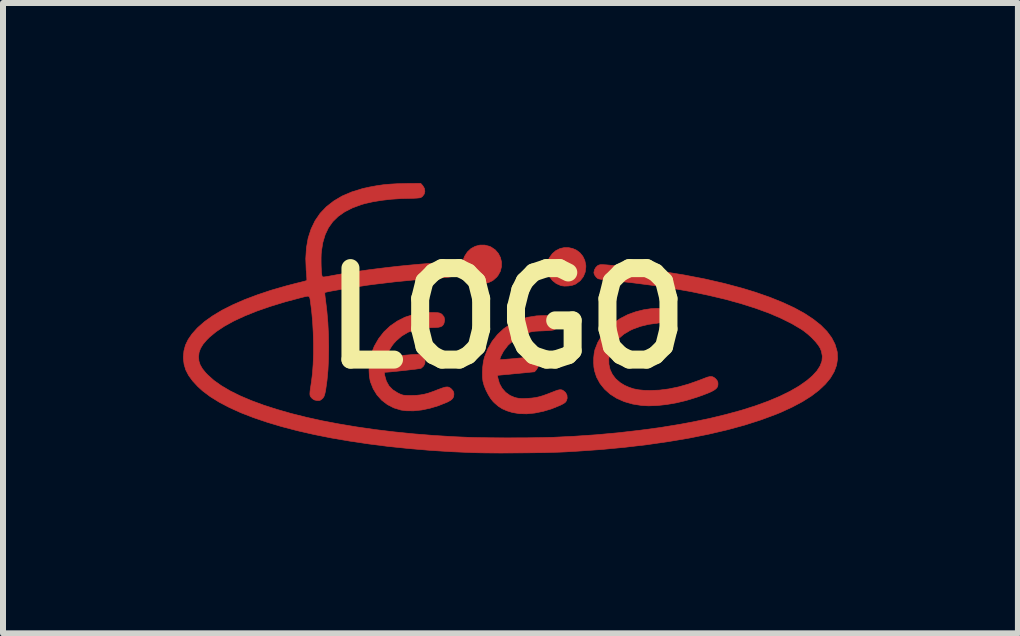
<source format=kicad_pcb>
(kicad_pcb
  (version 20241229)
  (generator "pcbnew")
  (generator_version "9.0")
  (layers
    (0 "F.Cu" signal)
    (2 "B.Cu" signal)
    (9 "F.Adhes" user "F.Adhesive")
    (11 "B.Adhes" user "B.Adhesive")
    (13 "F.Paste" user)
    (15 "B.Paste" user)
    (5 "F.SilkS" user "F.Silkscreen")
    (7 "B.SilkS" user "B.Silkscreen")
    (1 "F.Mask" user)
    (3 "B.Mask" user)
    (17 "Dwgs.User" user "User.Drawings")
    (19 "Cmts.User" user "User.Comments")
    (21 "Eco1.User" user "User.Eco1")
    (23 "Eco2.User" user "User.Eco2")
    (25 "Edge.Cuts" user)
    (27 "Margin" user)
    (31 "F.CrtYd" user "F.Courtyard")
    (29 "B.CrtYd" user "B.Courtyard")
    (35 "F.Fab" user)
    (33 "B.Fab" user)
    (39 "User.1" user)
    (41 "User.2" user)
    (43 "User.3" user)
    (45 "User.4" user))
  (footprint "LOGO"
    (layer "F.Cu")
    (at 5.401 2.251)
    (property "Reference" "LOGO" (at 0 0 0) (layer "F.SilkS") (effects (font (size 1.524 1.524) (thickness 0.3))))
    (attr through_hole)
    (fp_poly (pts (xy -0.295 -1.197) (xy -0.269 -1.185) (xy -0.201 -1.139) (xy -0.149 -1.079) (xy -0.114 -1.01) (xy -0.096 -0.935) (xy -0.097 -0.857) (xy -0.116 -0.781) (xy -0.155 -0.711) (xy -0.177 -0.684) (xy -0.242 -0.627) (xy -0.315 -0.592) (xy -0.397 -0.578) (xy -0.416 -0.578) (xy -0.463 -0.581) (xy -0.508 -0.587) (xy -0.534 -0.594) (xy -0.606 -0.631) (xy -0.664 -0.684) (xy -0.707 -0.749) (xy -0.734 -0.823) (xy -0.742 -0.901) (xy -0.731 -0.979) (xy -0.711 -1.032) (xy -0.664 -1.104) (xy -0.604 -1.16) (xy -0.533 -1.198) (xy -0.456 -1.218) (xy -0.375 -1.218) (xy -0.295 -1.197)) (stroke (width 0.01) (type solid)) (fill yes) (layer "F.Cu"))
    (fp_poly (pts (xy 1.09 -1.161) (xy 1.155 -1.132) (xy 1.212 -1.088) (xy 1.258 -1.032) (xy 1.291 -0.964) (xy 1.308 -0.884) (xy 1.309 -0.854) (xy 1.298 -0.768) (xy 1.267 -0.692) (xy 1.216 -0.626) (xy 1.147 -0.574) (xy 1.131 -0.565) (xy 1.079 -0.547) (xy 1.016 -0.537) (xy 0.951 -0.535) (xy 0.895 -0.542) (xy 0.891 -0.544) (xy 0.815 -0.578) (xy 0.752 -0.628) (xy 0.705 -0.691) (xy 0.674 -0.762) (xy 0.661 -0.839) (xy 0.668 -0.918) (xy 0.695 -0.995) (xy 0.702 -1.008) (xy 0.751 -1.076) (xy 0.811 -1.127) (xy 0.878 -1.16) (xy 0.948 -1.176) (xy 1.02 -1.176) (xy 1.09 -1.161)) (stroke (width 0.01) (type solid)) (fill yes) (layer "F.Cu"))
    (fp_poly (pts (xy 2.523 -0.163) (xy 2.555 -0.16) (xy 2.576 -0.152) (xy 2.588 -0.143) (xy 2.621 -0.099) (xy 2.635 -0.048) (xy 2.631 -0.013) (xy 2.616 0.028) (xy 2.59 0.056) (xy 2.549 0.074) (xy 2.49 0.085) (xy 2.474 0.086) (xy 2.346 0.104) (xy 2.218 0.136) (xy 2.097 0.18) (xy 2.045 0.204) (xy 1.943 0.265) (xy 1.859 0.336) (xy 1.791 0.415) (xy 1.74 0.499) (xy 1.707 0.588) (xy 1.691 0.678) (xy 1.693 0.767) (xy 1.712 0.854) (xy 1.75 0.935) (xy 1.806 1.009) (xy 1.881 1.074) (xy 1.953 1.118) (xy 2.03 1.152) (xy 2.106 1.177) (xy 2.188 1.193) (xy 2.281 1.202) (xy 2.384 1.204) (xy 2.537 1.198) (xy 2.692 1.178) (xy 2.852 1.145) (xy 3.021 1.097) (xy 3.201 1.033) (xy 3.271 1.006) (xy 3.331 0.983) (xy 3.377 0.972) (xy 3.412 0.973) (xy 3.441 0.985) (xy 3.47 1.008) (xy 3.471 1.009) (xy 3.496 1.039) (xy 3.508 1.068) (xy 3.51 1.097) (xy 3.507 1.125) (xy 3.497 1.151) (xy 3.477 1.175) (xy 3.446 1.198) (xy 3.401 1.223) (xy 3.341 1.249) (xy 3.263 1.279) (xy 3.165 1.314) (xy 3.14 1.322) (xy 2.98 1.371) (xy 2.817 1.41) (xy 2.655 1.438) (xy 2.499 1.455) (xy 2.353 1.46) (xy 2.24 1.454) (xy 2.088 1.43) (xy 1.949 1.39) (xy 1.824 1.335) (xy 1.714 1.265) (xy 1.621 1.182) (xy 1.545 1.087) (xy 1.487 0.98) (xy 1.454 0.877) (xy 1.443 0.814) (xy 1.439 0.738) (xy 1.44 0.659) (xy 1.448 0.584) (xy 1.46 0.525) (xy 1.508 0.403) (xy 1.576 0.288) (xy 1.663 0.181) (xy 1.765 0.086) (xy 1.882 0.005) (xy 2.009 -0.06) (xy 2.021 -0.065) (xy 2.143 -0.108) (xy 2.271 -0.14) (xy 2.397 -0.159) (xy 2.475 -0.163) (xy 2.523 -0.163)) (stroke (width 0.01) (type solid)) (fill yes) (layer "F.Cu"))
    (fp_poly (pts (xy 0.775 -0.04) (xy 0.809 -0.003) (xy 0.834 0.04) (xy 0.842 0.087) (xy 0.834 0.133) (xy 0.811 0.172) (xy 0.783 0.193) (xy 0.762 0.198) (xy 0.722 0.203) (xy 0.67 0.207) (xy 0.608 0.21) (xy 0.589 0.211) (xy 0.517 0.214) (xy 0.463 0.217) (xy 0.419 0.223) (xy 0.381 0.231) (xy 0.342 0.243) (xy 0.334 0.246) (xy 0.211 0.298) (xy 0.104 0.367) (xy 0.012 0.451) (xy -0.062 0.548) (xy -0.106 0.631) (xy -0.118 0.662) (xy -0.123 0.684) (xy -0.123 0.689) (xy -0.11 0.69) (xy -0.078 0.688) (xy -0.029 0.685) (xy 0.033 0.68) (xy 0.105 0.674) (xy 0.149 0.669) (xy 0.243 0.661) (xy 0.316 0.655) (xy 0.372 0.652) (xy 0.414 0.653) (xy 0.444 0.657) (xy 0.466 0.665) (xy 0.482 0.678) (xy 0.495 0.695) (xy 0.5 0.704) (xy 0.518 0.755) (xy 0.515 0.806) (xy 0.49 0.852) (xy 0.487 0.856) (xy 0.454 0.893) (xy -0.164 0.952) (xy -0.156 0.998) (xy -0.131 1.087) (xy -0.087 1.167) (xy -0.027 1.235) (xy 0.047 1.288) (xy 0.118 1.318) (xy 0.158 1.329) (xy 0.194 1.335) (xy 0.234 1.338) (xy 0.284 1.338) (xy 0.333 1.336) (xy 0.404 1.331) (xy 0.467 1.323) (xy 0.528 1.31) (xy 0.593 1.291) (xy 0.668 1.264) (xy 0.738 1.237) (xy 0.799 1.213) (xy 0.842 1.198) (xy 0.874 1.192) (xy 0.897 1.192) (xy 0.918 1.198) (xy 0.927 1.202) (xy 0.97 1.237) (xy 0.994 1.282) (xy 0.998 1.332) (xy 0.988 1.368) (xy 0.977 1.389) (xy 0.96 1.407) (xy 0.933 1.425) (xy 0.892 1.446) (xy 0.875 1.454) (xy 0.737 1.51) (xy 0.596 1.552) (xy 0.458 1.58) (xy 0.325 1.593) (xy 0.2 1.59) (xy 0.088 1.571) (xy 0.086 1.571) (xy -0.005 1.543) (xy -0.079 1.511) (xy -0.145 1.47) (xy -0.208 1.416) (xy -0.235 1.39) (xy -0.276 1.339) (xy -0.317 1.273) (xy -0.355 1.199) (xy -0.385 1.125) (xy -0.404 1.056) (xy -0.405 1.053) (xy -0.413 0.983) (xy -0.414 0.899) (xy -0.409 0.811) (xy -0.398 0.727) (xy -0.382 0.656) (xy -0.381 0.652) (xy -0.325 0.511) (xy -0.251 0.383) (xy -0.161 0.27) (xy -0.056 0.173) (xy 0.063 0.093) (xy 0.195 0.03) (xy 0.337 -0.015) (xy 0.488 -0.039) (xy 0.633 -0.044) (xy 0.775 -0.04)) (stroke (width 0.01) (type solid)) (fill yes) (layer "F.Cu"))
    (fp_poly (pts (xy -1.205 -0.094) (xy -1.163 -0.092) (xy -1.132 -0.087) (xy -1.11 -0.078) (xy -1.091 -0.067) (xy -1.087 -0.063) (xy -1.054 -0.022) (xy -1.043 0.027) (xy -1.053 0.08) (xy -1.054 0.084) (xy -1.068 0.111) (xy -1.086 0.13) (xy -1.111 0.143) (xy -1.148 0.151) (xy -1.2 0.155) (xy -1.27 0.157) (xy -1.414 0.166) (xy -1.542 0.193) (xy -1.657 0.236) (xy -1.76 0.298) (xy -1.852 0.378) (xy -1.891 0.421) (xy -1.913 0.449) (xy -1.938 0.487) (xy -1.963 0.529) (xy -1.987 0.57) (xy -2.005 0.606) (xy -2.016 0.632) (xy -2.017 0.642) (xy -2.005 0.642) (xy -1.974 0.64) (xy -1.925 0.636) (xy -1.864 0.631) (xy -1.792 0.625) (xy -1.741 0.62) (xy -1.648 0.612) (xy -1.575 0.606) (xy -1.52 0.604) (xy -1.478 0.604) (xy -1.448 0.608) (xy -1.426 0.615) (xy -1.41 0.627) (xy -1.397 0.643) (xy -1.389 0.654) (xy -1.371 0.701) (xy -1.372 0.75) (xy -1.393 0.795) (xy -1.43 0.83) (xy -1.437 0.834) (xy -1.452 0.838) (xy -1.487 0.843) (xy -1.537 0.85) (xy -1.599 0.857) (xy -1.668 0.865) (xy -1.741 0.873) (xy -1.814 0.881) (xy -1.883 0.888) (xy -1.944 0.894) (xy -1.994 0.898) (xy -2.028 0.9) (xy -2.033 0.9) (xy -2.044 0.904) (xy -2.047 0.917) (xy -2.043 0.947) (xy -2.042 0.953) (xy -2.015 1.048) (xy -1.971 1.127) (xy -1.908 1.192) (xy -1.828 1.243) (xy -1.825 1.245) (xy -1.789 1.262) (xy -1.76 1.274) (xy -1.733 1.282) (xy -1.701 1.285) (xy -1.659 1.287) (xy -1.601 1.287) (xy -1.594 1.287) (xy -1.516 1.285) (xy -1.447 1.278) (xy -1.38 1.266) (xy -1.31 1.247) (xy -1.23 1.219) (xy -1.151 1.188) (xy -1.086 1.164) (xy -1.038 1.149) (xy -1.001 1.145) (xy -0.972 1.15) (xy -0.946 1.166) (xy -0.928 1.182) (xy -0.902 1.213) (xy -0.891 1.243) (xy -0.889 1.266) (xy -0.894 1.307) (xy -0.911 1.339) (xy -0.944 1.368) (xy -0.995 1.396) (xy -1.009 1.402) (xy -1.148 1.458) (xy -1.288 1.5) (xy -1.426 1.529) (xy -1.559 1.543) (xy -1.682 1.542) (xy -1.772 1.53) (xy -1.89 1.494) (xy -1.997 1.439) (xy -2.092 1.366) (xy -2.171 1.278) (xy -2.234 1.175) (xy -2.279 1.061) (xy -2.283 1.048) (xy -2.298 0.964) (xy -2.303 0.867) (xy -2.299 0.766) (xy -2.285 0.669) (xy -2.27 0.606) (xy -2.216 0.468) (xy -2.144 0.342) (xy -2.056 0.229) (xy -1.952 0.131) (xy -1.834 0.049) (xy -1.706 -0.016) (xy -1.567 -0.062) (xy -1.42 -0.088) (xy -1.339 -0.093) (xy -1.262 -0.095) (xy -1.205 -0.094)) (stroke (width 0.01) (type solid)) (fill yes) (layer "F.Cu"))
    (fp_poly (pts (xy -1.408 -2.208) (xy -1.381 -2.163) (xy -1.373 -2.114) (xy -1.384 -2.068) (xy -1.413 -2.029) (xy -1.44 -2.01) (xy -1.462 -2.005) (xy -1.502 -2.001) (xy -1.554 -1.998) (xy -1.602 -1.997) (xy -1.767 -1.993) (xy -1.931 -1.982) (xy -2.089 -1.964) (xy -2.237 -1.94) (xy -2.37 -1.91) (xy -2.43 -1.893) (xy -2.579 -1.838) (xy -2.707 -1.773) (xy -2.816 -1.697) (xy -2.907 -1.608) (xy -2.979 -1.507) (xy -3.034 -1.391) (xy -3.073 -1.26) (xy -3.095 -1.123) (xy -3.1 -1.069) (xy -3.102 -1.007) (xy -3.102 -0.939) (xy -3.101 -0.872) (xy -3.098 -0.809) (xy -3.095 -0.755) (xy -3.089 -0.715) (xy -3.083 -0.694) (xy -3.074 -0.688) (xy -3.055 -0.687) (xy -3.021 -0.691) (xy -2.969 -0.7) (xy -2.954 -0.703) (xy -2.817 -0.728) (xy -2.664 -0.754) (xy -2.499 -0.779) (xy -2.324 -0.804) (xy -2.145 -0.827) (xy -1.963 -0.849) (xy -1.783 -0.869) (xy -1.608 -0.886) (xy -1.441 -0.901) (xy -1.287 -0.913) (xy -1.148 -0.921) (xy -1.028 -0.925) (xy -1.023 -0.926) (xy -0.977 -0.926) (xy -0.947 -0.924) (xy -0.928 -0.917) (xy -0.912 -0.905) (xy -0.899 -0.891) (xy -0.873 -0.848) (xy -0.865 -0.8) (xy -0.873 -0.753) (xy -0.897 -0.713) (xy -0.923 -0.693) (xy -0.941 -0.689) (xy -0.978 -0.683) (xy -1.03 -0.678) (xy -1.091 -0.672) (xy -1.133 -0.669) (xy -1.503 -0.642) (xy -1.863 -0.607) (xy -2.208 -0.566) (xy -2.344 -0.548) (xy -2.42 -0.536) (xy -2.504 -0.524) (xy -2.59 -0.51) (xy -2.677 -0.496) (xy -2.761 -0.482) (xy -2.84 -0.468) (xy -2.909 -0.456) (xy -2.967 -0.445) (xy -3.009 -0.436) (xy -3.034 -0.43) (xy -3.038 -0.428) (xy -3.04 -0.415) (xy -3.038 -0.383) (xy -3.033 -0.34) (xy -3.029 -0.312) (xy -3.006 -0.122) (xy -2.989 0.075) (xy -2.979 0.276) (xy -2.975 0.476) (xy -2.978 0.672) (xy -2.987 0.86) (xy -3.003 1.034) (xy -3.025 1.191) (xy -3.031 1.224) (xy -3.042 1.272) (xy -3.054 1.305) (xy -3.07 1.329) (xy -3.084 1.343) (xy -3.111 1.364) (xy -3.135 1.372) (xy -3.17 1.371) (xy -3.173 1.371) (xy -3.216 1.361) (xy -3.248 1.34) (xy -3.26 1.327) (xy -3.273 1.312) (xy -3.282 1.297) (xy -3.287 1.28) (xy -3.288 1.256) (xy -3.286 1.222) (xy -3.28 1.174) (xy -3.27 1.11) (xy -3.262 1.056) (xy -3.245 0.919) (xy -3.234 0.764) (xy -3.228 0.595) (xy -3.228 0.418) (xy -3.233 0.237) (xy -3.243 0.056) (xy -3.259 -0.119) (xy -3.28 -0.281) (xy -3.286 -0.323) (xy -3.294 -0.35) (xy -3.306 -0.364) (xy -3.327 -0.367) (xy -3.362 -0.361) (xy -3.414 -0.348) (xy -3.423 -0.346) (xy -3.694 -0.274) (xy -3.943 -0.198) (xy -4.169 -0.12) (xy -4.373 -0.038) (xy -4.554 0.046) (xy -4.712 0.133) (xy -4.848 0.223) (xy -4.961 0.316) (xy -5.007 0.362) (xy -5.069 0.435) (xy -5.111 0.504) (xy -5.135 0.572) (xy -5.143 0.644) (xy -5.143 0.647) (xy -5.137 0.714) (xy -5.116 0.778) (xy -5.079 0.842) (xy -5.023 0.911) (xy -4.988 0.947) (xy -4.886 1.038) (xy -4.761 1.126) (xy -4.615 1.212) (xy -4.449 1.294) (xy -4.263 1.373) (xy -4.06 1.448) (xy -3.839 1.519) (xy -3.602 1.587) (xy -3.35 1.65) (xy -3.083 1.709) (xy -2.803 1.762) (xy -2.51 1.811) (xy -2.206 1.855) (xy -1.892 1.893) (xy -1.567 1.926) (xy -1.234 1.953) (xy -0.893 1.974) (xy -0.641 1.985) (xy -0.54 1.988) (xy -0.421 1.99) (xy -0.287 1.992) (xy -0.143 1.993) (xy 0.007 1.994) (xy 0.158 1.993) (xy 0.307 1.993) (xy 0.449 1.991) (xy 0.579 1.989) (xy 0.694 1.986) (xy 0.75 1.985) (xy 1.115 1.967) (xy 1.482 1.942) (xy 1.845 1.909) (xy 2.201 1.868) (xy 2.546 1.822) (xy 2.876 1.768) (xy 3.08 1.73) (xy 3.371 1.67) (xy 3.643 1.604) (xy 3.896 1.535) (xy 4.13 1.461) (xy 4.345 1.383) (xy 4.538 1.302) (xy 4.711 1.217) (xy 4.863 1.129) (xy 4.992 1.038) (xy 5.083 0.96) (xy 5.159 0.877) (xy 5.211 0.796) (xy 5.242 0.715) (xy 5.249 0.634) (xy 5.234 0.553) (xy 5.214 0.502) (xy 5.181 0.449) (xy 5.133 0.389) (xy 5.073 0.326) (xy 5.006 0.265) (xy 4.936 0.21) (xy 4.901 0.186) (xy 4.741 0.091) (xy 4.56 0.001) (xy 4.357 -0.086) (xy 4.134 -0.167) (xy 3.891 -0.244) (xy 3.63 -0.316) (xy 3.351 -0.382) (xy 3.055 -0.444) (xy 2.742 -0.499) (xy 2.414 -0.548) (xy 2.072 -0.592) (xy 1.831 -0.618) (xy 1.75 -0.626) (xy 1.675 -0.634) (xy 1.61 -0.642) (xy 1.559 -0.649) (xy 1.525 -0.655) (xy 1.512 -0.658) (xy 1.482 -0.683) (xy 1.457 -0.717) (xy 1.444 -0.751) (xy 1.443 -0.759) (xy 1.452 -0.805) (xy 1.476 -0.847) (xy 1.509 -0.878) (xy 1.516 -0.881) (xy 1.531 -0.887) (xy 1.549 -0.891) (xy 1.573 -0.892) (xy 1.607 -0.891) (xy 1.654 -0.888) (xy 1.719 -0.882) (xy 1.778 -0.877) (xy 2.186 -0.832) (xy 2.574 -0.78) (xy 2.942 -0.721) (xy 3.29 -0.654) (xy 3.617 -0.579) (xy 3.923 -0.497) (xy 4.135 -0.432) (xy 4.373 -0.349) (xy 4.589 -0.262) (xy 4.781 -0.173) (xy 4.951 -0.08) (xy 5.098 0.017) (xy 5.223 0.116) (xy 5.325 0.219) (xy 5.404 0.325) (xy 5.46 0.434) (xy 5.493 0.546) (xy 5.497 0.566) (xy 5.502 0.677) (xy 5.485 0.785) (xy 5.445 0.892) (xy 5.383 0.997) (xy 5.299 1.099) (xy 5.193 1.199) (xy 5.066 1.296) (xy 4.917 1.39) (xy 4.746 1.481) (xy 4.555 1.569) (xy 4.474 1.602) (xy 4.226 1.694) (xy 3.957 1.78) (xy 3.668 1.859) (xy 3.36 1.931) (xy 3.033 1.997) (xy 2.689 2.055) (xy 2.329 2.107) (xy 1.954 2.151) (xy 1.564 2.188) (xy 1.161 2.216) (xy 0.953 2.228) (xy 0.86 2.232) (xy 0.748 2.235) (xy 0.621 2.239) (xy 0.483 2.241) (xy 0.337 2.243) (xy 0.187 2.244) (xy 0.038 2.245) (xy -0.107 2.246) (xy -0.245 2.245) (xy -0.37 2.244) (xy -0.48 2.242) (xy -0.566 2.24) (xy -0.934 2.224) (xy -1.293 2.201) (xy -1.643 2.171) (xy -1.983 2.136) (xy -2.311 2.094) (xy -2.628 2.047) (xy -2.932 1.995) (xy -3.222 1.937) (xy -3.498 1.874) (xy -3.758 1.806) (xy -4.002 1.733) (xy -4.229 1.656) (xy -4.438 1.575) (xy -4.628 1.489) (xy -4.798 1.4) (xy -4.948 1.307) (xy -5.076 1.211) (xy -5.154 1.14) (xy -5.242 1.045) (xy -5.309 0.953) (xy -5.356 0.862) (xy -5.384 0.769) (xy -5.396 0.671) (xy -5.396 0.647) (xy -5.387 0.545) (xy -5.361 0.448) (xy -5.316 0.355) (xy -5.252 0.262) (xy -5.167 0.167) (xy -5.154 0.154) (xy -5.042 0.056) (xy -4.907 -0.04) (xy -4.752 -0.133) (xy -4.575 -0.222) (xy -4.379 -0.308) (xy -4.164 -0.389) (xy -3.931 -0.467) (xy -3.68 -0.539) (xy -3.511 -0.583) (xy -3.452 -0.597) (xy -3.402 -0.61) (xy -3.364 -0.62) (xy -3.343 -0.627) (xy -3.34 -0.628) (xy -3.339 -0.641) (xy -3.34 -0.672) (xy -3.343 -0.718) (xy -3.347 -0.774) (xy -3.35 -0.8) (xy -3.357 -0.993) (xy -3.346 -1.171) (xy -3.317 -1.336) (xy -3.268 -1.487) (xy -3.202 -1.624) (xy -3.117 -1.748) (xy -3.013 -1.857) (xy -2.89 -1.953) (xy -2.75 -2.036) (xy -2.59 -2.104) (xy -2.412 -2.159) (xy -2.291 -2.186) (xy -2.175 -2.207) (xy -2.065 -2.223) (xy -1.955 -2.233) (xy -1.836 -2.24) (xy -1.703 -2.243) (xy -1.667 -2.244) (xy -1.442 -2.246) (xy -1.408 -2.208)) (stroke (width 0.01) (type solid)) (fill yes) (layer "F.Cu")))
  (gr_rect
    (start -3 -3)
    (end 13.908 7.501)
    (stroke (width 0.1) (type default))
    (fill no)
    (layer "Edge.Cuts")))
</source>
